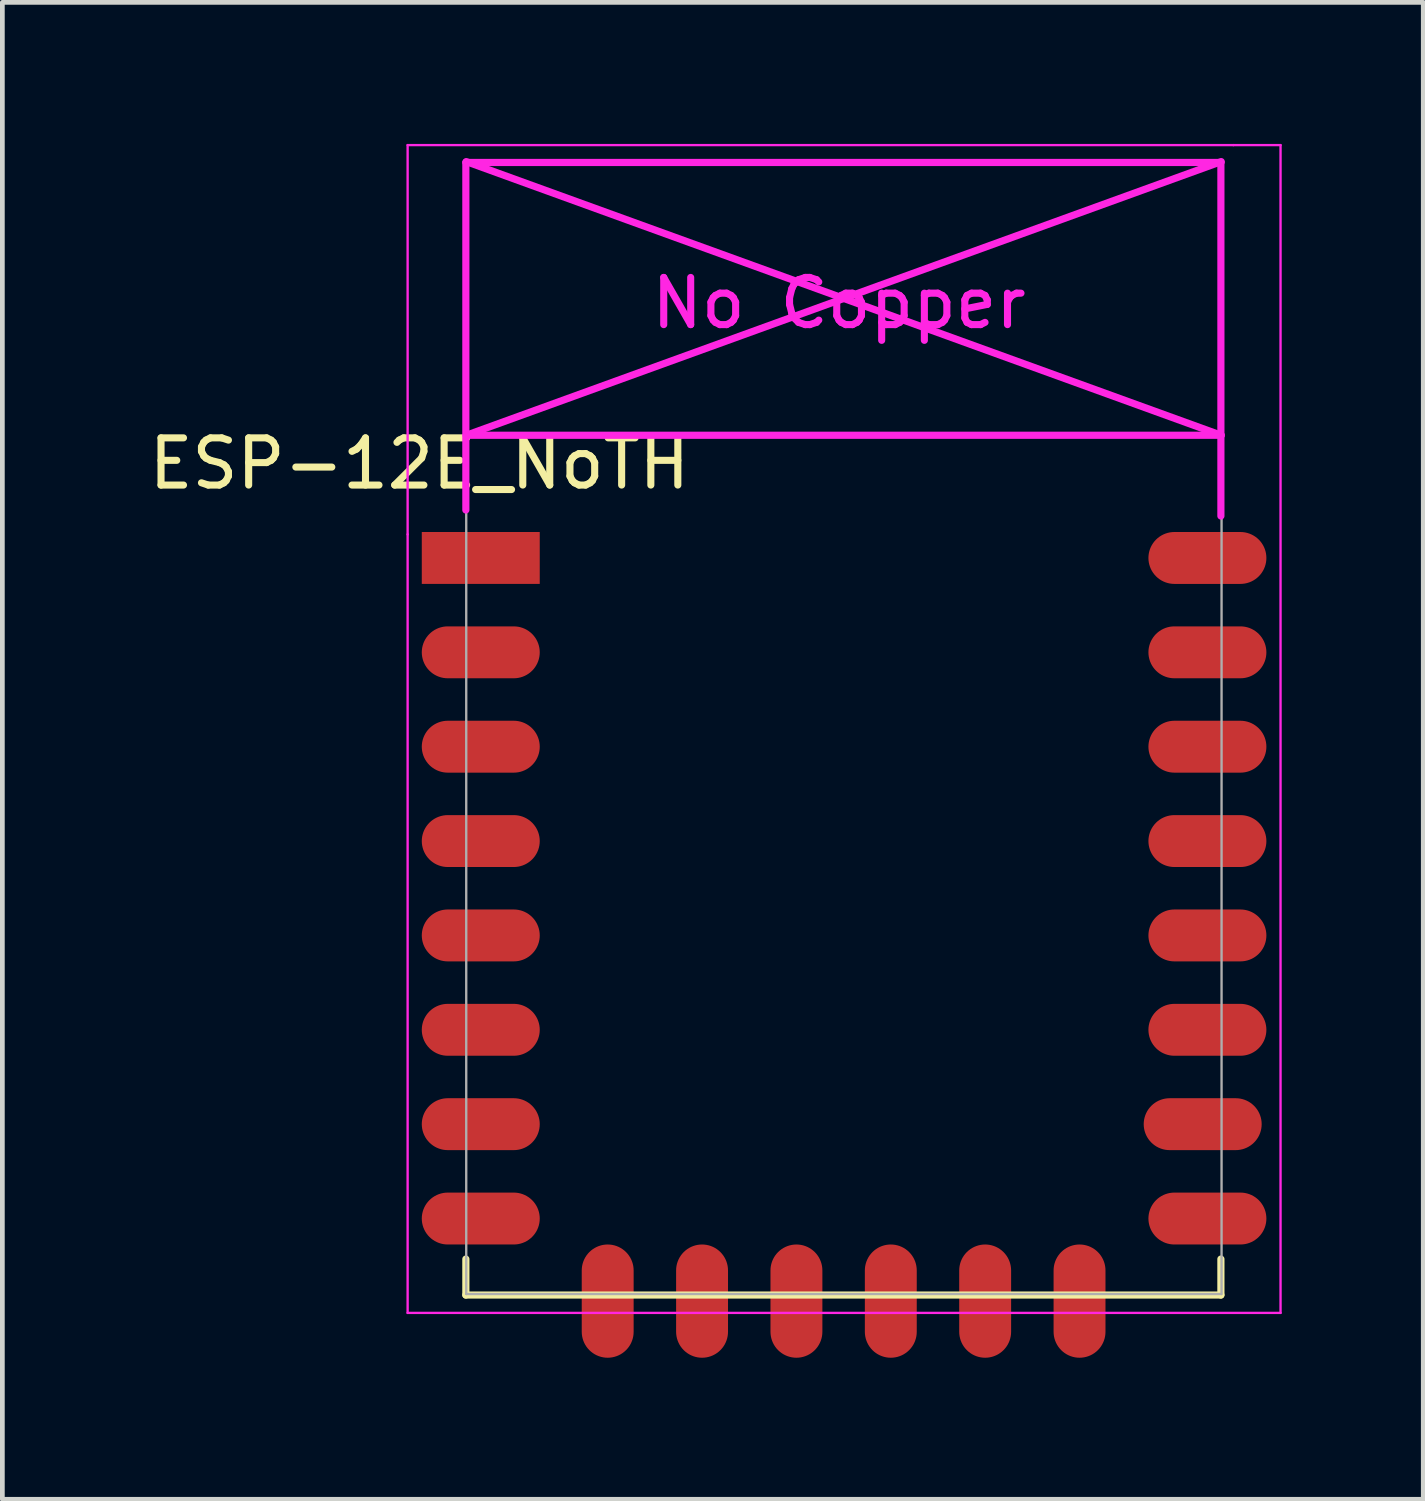
<source format=kicad_pcb>
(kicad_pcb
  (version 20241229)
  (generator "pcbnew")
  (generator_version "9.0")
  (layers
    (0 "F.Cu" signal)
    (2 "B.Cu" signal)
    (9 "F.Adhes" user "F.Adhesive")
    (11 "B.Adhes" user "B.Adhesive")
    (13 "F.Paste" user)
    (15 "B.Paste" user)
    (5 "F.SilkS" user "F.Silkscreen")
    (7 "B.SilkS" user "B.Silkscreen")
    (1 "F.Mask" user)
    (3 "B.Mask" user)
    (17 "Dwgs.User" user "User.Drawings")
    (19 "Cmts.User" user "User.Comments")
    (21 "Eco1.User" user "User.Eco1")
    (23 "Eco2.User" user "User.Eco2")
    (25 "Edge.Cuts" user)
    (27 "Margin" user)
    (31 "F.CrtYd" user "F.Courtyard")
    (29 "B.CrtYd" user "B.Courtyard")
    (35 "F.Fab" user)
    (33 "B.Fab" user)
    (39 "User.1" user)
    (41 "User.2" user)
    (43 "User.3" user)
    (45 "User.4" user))
  (footprint "ESP-12E_NoTH"
    (layer "F.Cu")
    (at 7.839 8.775)
    (property "Reference" "ESP-12E_NoTH" (at -2 -2 0) (layer "F.SilkS") (effects (font (size 1 1) (thickness 0.15))))
    (attr through_hole)
    (fp_line (start -1.016 14.859) (end -1.016 15.621) (stroke (width 0.152) (type solid)) (layer "F.SilkS"))
    (fp_line (start -1.016 15.621) (end 14.986 15.621) (stroke (width 0.152) (type solid)) (layer "F.SilkS"))
    (fp_line (start 14.986 15.621) (end 14.986 14.859) (stroke (width 0.152) (type solid)) (layer "F.SilkS"))
    (fp_line (start -2.25 -8.75) (end 15.25 -8.75) (stroke (width 0.05) (type solid)) (layer "F.CrtYd"))
    (fp_line (start -2.25 -0.5) (end -2.25 -8.75) (stroke (width 0.05) (type solid)) (layer "F.CrtYd"))
    (fp_line (start -2.25 16) (end -2.25 -0.5) (stroke (width 0.05) (type solid)) (layer "F.CrtYd"))
    (fp_line (start -1.016 -8.382) (end -1.016 -1.016) (stroke (width 0.152) (type solid)) (layer "F.CrtYd"))
    (fp_line (start -1.016 -8.382) (end 14.986 -8.382) (stroke (width 0.152) (type solid)) (layer "F.CrtYd"))
    (fp_line (start -1.008 -8.4) (end 14.992 -2.6) (stroke (width 0.152) (type solid)) (layer "F.CrtYd"))
    (fp_line (start -1.008 -2.6) (end 14.992 -2.6) (stroke (width 0.152) (type solid)) (layer "F.CrtYd"))
    (fp_line (start 14.986 -8.382) (end 14.986 -0.889) (stroke (width 0.152) (type solid)) (layer "F.CrtYd"))
    (fp_line (start 14.992 -8.4) (end -1.008 -2.6) (stroke (width 0.152) (type solid)) (layer "F.CrtYd"))
    (fp_line (start 15.25 -8.75) (end 16.25 -8.75) (stroke (width 0.05) (type solid)) (layer "F.CrtYd"))
    (fp_line (start 16.25 -8.75) (end 16.25 16) (stroke (width 0.05) (type solid)) (layer "F.CrtYd"))
    (fp_line (start 16.25 16) (end -2.25 16) (stroke (width 0.05) (type solid)) (layer "F.CrtYd"))
    (fp_line (start -1.008 -8.4) (end 14.992 -8.4) (stroke (width 0.05) (type solid)) (layer "F.Fab"))
    (fp_line (start -1.008 15.6) (end -1.008 -8.4) (stroke (width 0.05) (type solid)) (layer "F.Fab"))
    (fp_line (start 14.992 15.6) (end -1.008 15.6) (stroke (width 0.05) (type solid)) (layer "F.Fab"))
    (fp_line (start 15 -8.4) (end 15 15.6) (stroke (width 0.05) (type solid)) (layer "F.Fab"))
    (fp_text user "No Copper" (at 6.892 -5.4 0) (layer "F.CrtYd") (effects (font (size 1 1) (thickness 0.15))))
    (pad "1" smd rect (at 0 0) (size 2.5 1.1) (drill (offset -0.7 0)) (layers "F.Cu" "F.Mask" "F.Paste"))
    (pad "2" smd oval (at 0 2) (size 2.5 1.1) (drill (offset -0.7 0)) (layers "F.Cu" "F.Mask" "F.Paste"))
    (pad "3" smd oval (at 0 4) (size 2.5 1.1) (drill (offset -0.7 0)) (layers "F.Cu" "F.Mask" "F.Paste"))
    (pad "4" smd oval (at 0 6) (size 2.5 1.1) (drill (offset -0.7 0)) (layers "F.Cu" "F.Mask" "F.Paste"))
    (pad "5" smd oval (at 0 8) (size 2.5 1.1) (drill (offset -0.7 0)) (layers "F.Cu" "F.Mask" "F.Paste"))
    (pad "6" smd oval (at 0 10) (size 2.5 1.1) (drill (offset -0.7 0)) (layers "F.Cu" "F.Mask" "F.Paste"))
    (pad "7" smd oval (at 0 12) (size 2.5 1.1) (drill (offset -0.7 0)) (layers "F.Cu" "F.Mask" "F.Paste"))
    (pad "8" smd oval (at 0 14) (size 2.5 1.1) (drill (offset -0.7 0)) (layers "F.Cu" "F.Mask" "F.Paste"))
    (pad "9" smd oval (at 1.99 15.75 90) (size 2.4 1.1) (layers "F.Cu" "F.Mask" "F.Paste"))
    (pad "10" smd oval (at 3.99 15.75 90) (size 2.4 1.1) (layers "F.Cu" "F.Mask" "F.Paste"))
    (pad "11" smd oval (at 5.99 15.75 90) (size 2.4 1.1) (layers "F.Cu" "F.Mask" "F.Paste"))
    (pad "12" smd oval (at 7.99 15.75 90) (size 2.4 1.1) (layers "F.Cu" "F.Mask" "F.Paste"))
    (pad "13" smd oval (at 9.99 15.75 90) (size 2.4 1.1) (layers "F.Cu" "F.Mask" "F.Paste"))
    (pad "14" smd oval (at 11.99 15.75 90) (size 2.4 1.1) (layers "F.Cu" "F.Mask" "F.Paste"))
    (pad "15" smd oval (at 14 14) (size 2.5 1.1) (drill (offset 0.7 0)) (layers "F.Cu" "F.Mask" "F.Paste"))
    (pad "16" smd oval (at 14 12) (size 2.5 1.1) (drill (offset 0.6 0)) (layers "F.Cu" "F.Mask" "F.Paste"))
    (pad "17" smd oval (at 14 10) (size 2.5 1.1) (drill (offset 0.7 0)) (layers "F.Cu" "F.Mask" "F.Paste"))
    (pad "18" smd oval (at 14 8) (size 2.5 1.1) (drill (offset 0.7 0)) (layers "F.Cu" "F.Mask" "F.Paste"))
    (pad "19" smd oval (at 14 6) (size 2.5 1.1) (drill (offset 0.7 0)) (layers "F.Cu" "F.Mask" "F.Paste"))
    (pad "20" smd oval (at 14 4) (size 2.5 1.1) (drill (offset 0.7 0)) (layers "F.Cu" "F.Mask" "F.Paste"))
    (pad "21" smd oval (at 14 2) (size 2.5 1.1) (drill (offset 0.7 0)) (layers "F.Cu" "F.Mask" "F.Paste"))
    (pad "22" smd oval (at 14 0) (size 2.5 1.1) (drill (offset 0.7 0)) (layers "F.Cu" "F.Mask" "F.Paste")))
  (gr_rect
    (start -3 -3)
    (end 27.114 28.725)
    (stroke (width 0.1) (type default))
    (fill no)
    (layer "Edge.Cuts")))
</source>
